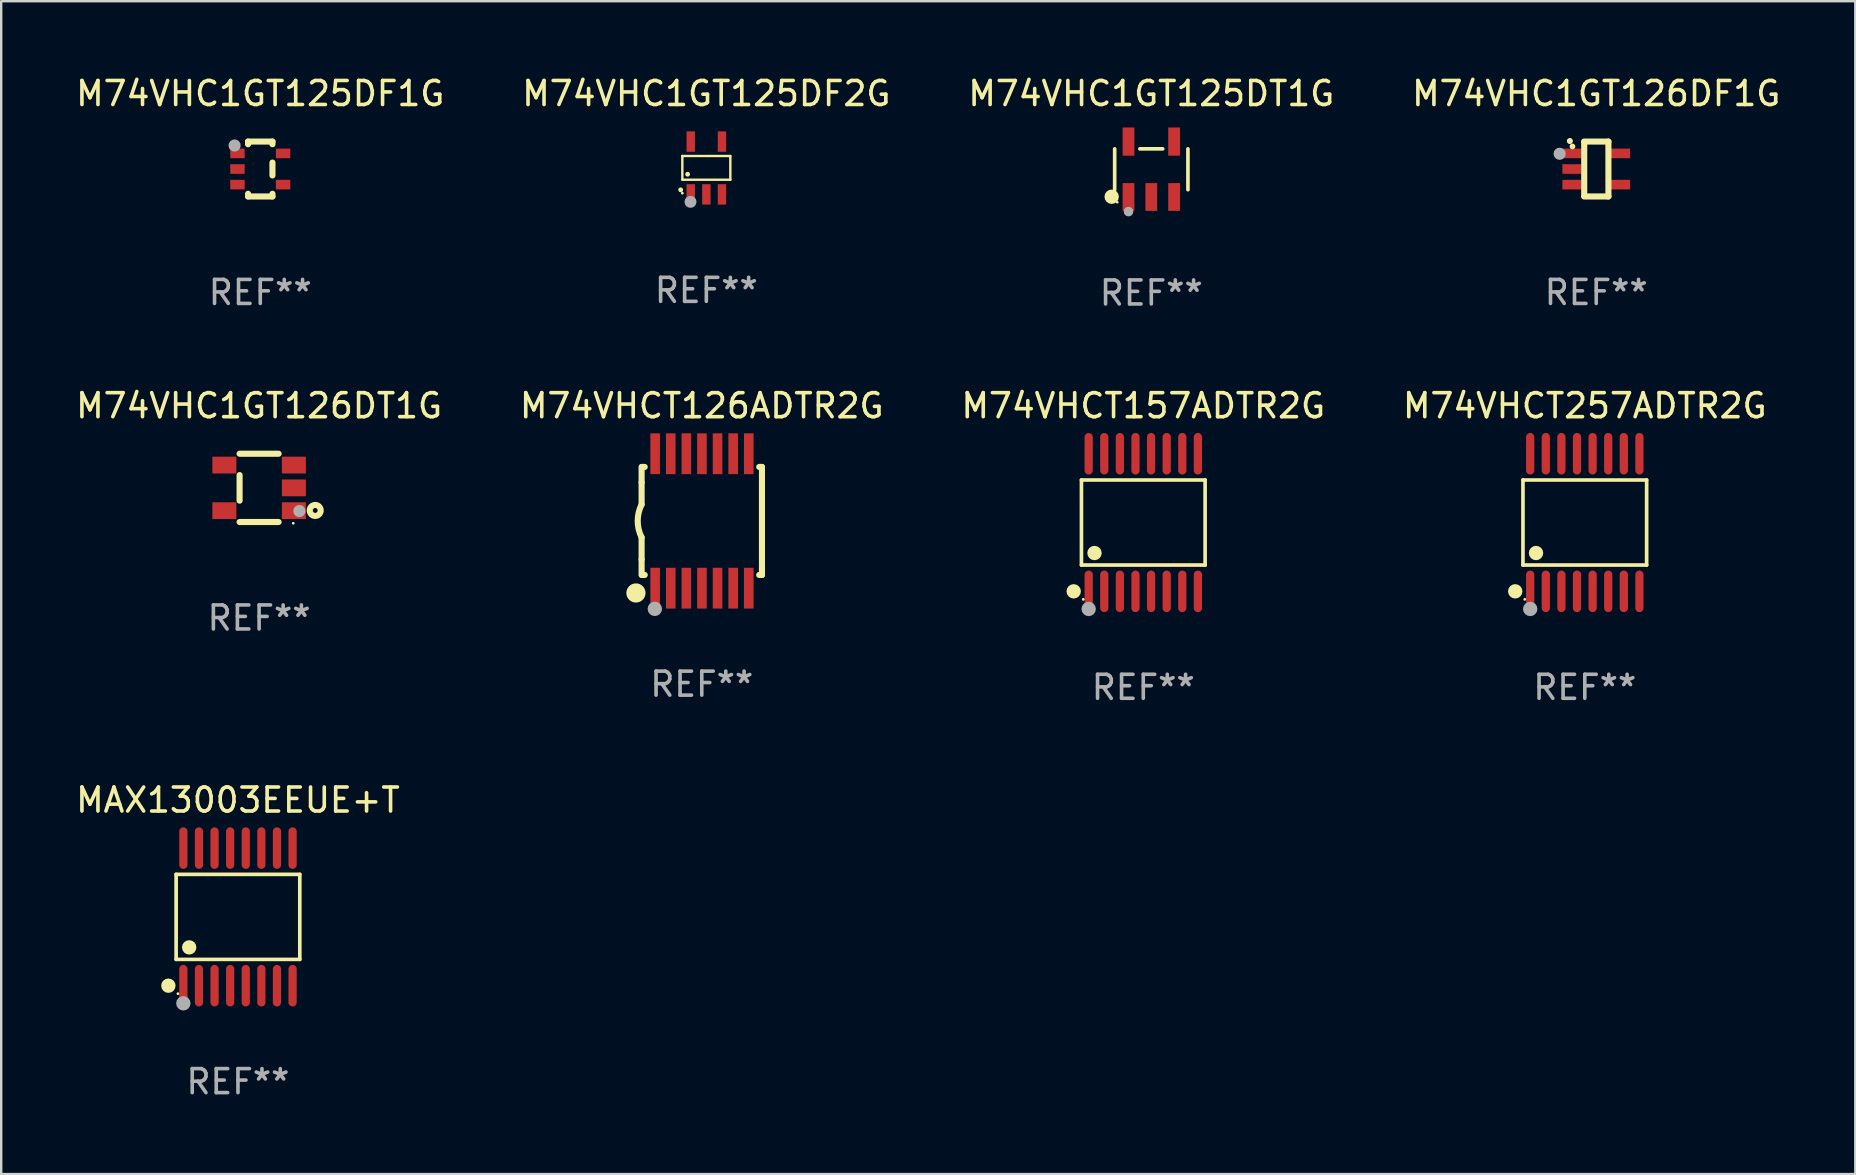
<source format=kicad_pcb>
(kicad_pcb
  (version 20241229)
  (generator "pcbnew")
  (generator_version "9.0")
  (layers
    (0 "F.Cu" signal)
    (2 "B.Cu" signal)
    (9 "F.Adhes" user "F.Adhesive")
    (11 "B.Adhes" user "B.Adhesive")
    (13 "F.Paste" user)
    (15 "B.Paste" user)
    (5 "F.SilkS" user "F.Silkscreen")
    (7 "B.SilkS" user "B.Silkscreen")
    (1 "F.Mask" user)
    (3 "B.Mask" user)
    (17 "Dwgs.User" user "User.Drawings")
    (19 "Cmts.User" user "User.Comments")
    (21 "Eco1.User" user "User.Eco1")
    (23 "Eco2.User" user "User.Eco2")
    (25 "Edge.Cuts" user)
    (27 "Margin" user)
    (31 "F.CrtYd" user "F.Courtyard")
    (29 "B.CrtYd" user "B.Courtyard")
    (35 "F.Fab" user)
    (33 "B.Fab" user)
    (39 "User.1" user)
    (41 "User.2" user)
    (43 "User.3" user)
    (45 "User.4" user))
  (footprint "M74VHC1GT125DT1G"
    (layer "F.Cu")
    (at 44.911 4.002)
    (property "Reference" "M74VHC1GT125DT1G" (at 0 -3.154 0) (layer "F.SilkS") (effects (font (size 1 1) (thickness 0.15))))
    (attr through_hole)
    (fp_line (start -1.526 0.851) (end -1.526 -0.851) (stroke (width 0.152) (type solid)) (layer "F.SilkS"))
    (fp_line (start 0.476 -0.851) (end -0.476 -0.851) (stroke (width 0.152) (type solid)) (layer "F.SilkS"))
    (fp_line (start 1.526 0.851) (end 1.526 -0.851) (stroke (width 0.152) (type solid)) (layer "F.SilkS"))
    (fp_circle (center -1.651 1.143) (end -1.501 1.143) (stroke (width 0.3) (type solid)) (fill no) (layer "F.SilkS"))
    (fp_circle (center -1.42 1.37) (end -1.39 1.37) (stroke (width 0.06) (type solid)) (fill no) (layer "F.SilkS"))
    (fp_circle (center -0.95 1.763) (end -0.85 1.763) (stroke (width 0.2) (type solid)) (fill no) (layer "F.Fab"))
    (fp_text user "REF**" (at 0 5.154 0) (layer "F.Fab") (effects (font (size 1 1) (thickness 0.15))))
    (pad "1" smd rect (at -0.95 1.154) (size 0.49 1.157) (layers "F.Cu" "F.Mask" "F.Paste"))
    (pad "2" smd rect (at 0 1.154) (size 0.49 1.157) (layers "F.Cu" "F.Mask" "F.Paste"))
    (pad "3" smd rect (at 0.95 1.154) (size 0.49 1.157) (layers "F.Cu" "F.Mask" "F.Paste"))
    (pad "4" smd rect (at 0.95 -1.154) (size 0.49 1.175) (layers "F.Cu" "F.Mask" "F.Paste"))
    (pad "5" smd rect (at -0.95 -1.154) (size 0.49 1.175) (layers "F.Cu" "F.Mask" "F.Paste")))
  (footprint "M74VHC1GT126DT1G"
    (layer "F.Cu")
    (at 7.744 17.274)
    (property "Reference" "M74VHC1GT126DT1G" (at 0 -3.422 0) (layer "F.SilkS") (effects (font (size 1 1) (thickness 0.15))))
    (attr through_hole)
    (fp_line (start -0.813 -1.422) (end 0.812 -1.422) (stroke (width 0.254) (type solid)) (layer "F.SilkS"))
    (fp_line (start -0.813 0.533) (end -0.813 -0.533) (stroke (width 0.254) (type solid)) (layer "F.SilkS"))
    (fp_line (start 0.812 1.422) (end -0.813 1.422) (stroke (width 0.254) (type solid)) (layer "F.SilkS"))
    (fp_circle (center 1.423 1.473) (end 1.453 1.473) (stroke (width 0.06) (type solid)) (fill no) (layer "F.SilkS"))
    (fp_circle (center 2.337 0.94) (end 2.439 0.94) (stroke (width 0.254) (type solid)) (fill no) (layer "F.SilkS"))
    (fp_circle (center 1.677 0.965) (end 1.804 0.965) (stroke (width 0.254) (type solid)) (fill no) (layer "F.Fab"))
    (fp_text user "REF**" (at 0 5.422 0) (layer "F.Fab") (effects (font (size 1 1) (thickness 0.15))))
    (pad "1" smd rect (at 1.448 0.95 90) (size 0.7 1) (layers "F.Cu" "F.Mask" "F.Paste"))
    (pad "2" smd rect (at 1.448 0.000127 90) (size 0.7 1) (layers "F.Cu" "F.Mask" "F.Paste"))
    (pad "3" smd rect (at 1.448 -0.95 90) (size 0.7 1) (layers "F.Cu" "F.Mask" "F.Paste"))
    (pad "4" smd rect (at -1.448 -0.95 90) (size 0.7 1) (layers "F.Cu" "F.Mask" "F.Paste"))
    (pad "5" smd rect (at -1.448 0.95 90) (size 0.7 1) (layers "F.Cu" "F.Mask" "F.Paste")))
  (footprint "M74VHCT126ADTR2G"
    (layer "F.Cu")
    (at 26.185 18.652)
    (property "Reference" "M74VHCT126ADTR2G" (at 0 -4.8 0) (layer "F.SilkS") (effects (font (size 1 1) (thickness 0.15))))
    (attr through_hole)
    (fp_line (start -2.507 -1.6) (end -2.507 -2.25) (stroke (width 0.254) (type solid)) (layer "F.SilkS"))
    (fp_line (start -2.507 -0.686) (end -2.507 -1.6) (stroke (width 0.254) (type solid)) (layer "F.SilkS"))
    (fp_line (start -2.507 1.6) (end -2.507 0.686) (stroke (width 0.254) (type solid)) (layer "F.SilkS"))
    (fp_line (start -2.507 1.6) (end -2.507 2.25) (stroke (width 0.254) (type solid)) (layer "F.SilkS"))
    (fp_line (start -2.493 -2.25) (end -2.377 -2.25) (stroke (width 0.254) (type solid)) (layer "F.SilkS"))
    (fp_line (start -2.377 2.25) (end -2.493 2.25) (stroke (width 0.254) (type solid)) (layer "F.SilkS"))
    (fp_line (start 2.392 -2.25) (end 2.507 -2.25) (stroke (width 0.254) (type solid)) (layer "F.SilkS"))
    (fp_line (start 2.507 -2.25) (end 2.507 2.25) (stroke (width 0.254) (type solid)) (layer "F.SilkS"))
    (fp_line (start 2.507 2.25) (end 2.392 2.25) (stroke (width 0.254) (type solid)) (layer "F.SilkS"))
    (fp_arc (start -2.507303 0.685802) (mid -2.669199 0) (end -2.507303 -0.685801) (stroke (width 0.254001) (type solid)) (layer "F.SilkS"))
    (fp_circle (center -2.743 3) (end -2.543 3) (stroke (width 0.4) (type solid)) (fill no) (layer "F.SilkS"))
    (fp_circle (center -2.493 3.2) (end -2.463 3.2) (stroke (width 0.06) (type solid)) (fill no) (layer "F.SilkS"))
    (fp_circle (center -1.957 3.662) (end -1.807 3.662) (stroke (width 0.3) (type solid)) (fill no) (layer "F.Fab"))
    (fp_text user "REF**" (at 0 6.8 0) (layer "F.Fab") (effects (font (size 1 1) (thickness 0.15))))
    (pad "1" smd rect (at -1.943 2.8) (size 0.4 1.7) (layers "F.Cu" "F.Mask" "F.Paste"))
    (pad "2" smd rect (at -1.293 2.8) (size 0.4 1.7) (layers "F.Cu" "F.Mask" "F.Paste"))
    (pad "3" smd rect (at -0.643 2.8) (size 0.4 1.7) (layers "F.Cu" "F.Mask" "F.Paste"))
    (pad "4" smd rect (at 0.007 2.8) (size 0.4 1.7) (layers "F.Cu" "F.Mask" "F.Paste"))
    (pad "5" smd rect (at 0.657 2.8) (size 0.4 1.7) (layers "F.Cu" "F.Mask" "F.Paste"))
    (pad "6" smd rect (at 1.307 2.8) (size 0.4 1.7) (layers "F.Cu" "F.Mask" "F.Paste"))
    (pad "7" smd rect (at 1.957 2.8) (size 0.4 1.7) (layers "F.Cu" "F.Mask" "F.Paste"))
    (pad "8" smd rect (at 1.957 -2.8) (size 0.4 1.7) (layers "F.Cu" "F.Mask" "F.Paste"))
    (pad "9" smd rect (at 1.307 -2.8) (size 0.4 1.7) (layers "F.Cu" "F.Mask" "F.Paste"))
    (pad "10" smd rect (at 0.657 -2.8) (size 0.4 1.7) (layers "F.Cu" "F.Mask" "F.Paste"))
    (pad "11" smd rect (at 0.007 -2.8) (size 0.4 1.7) (layers "F.Cu" "F.Mask" "F.Paste"))
    (pad "12" smd rect (at -0.643 -2.8) (size 0.4 1.7) (layers "F.Cu" "F.Mask" "F.Paste"))
    (pad "13" smd rect (at -1.293 -2.8) (size 0.4 1.7) (layers "F.Cu" "F.Mask" "F.Paste"))
    (pad "14" smd rect (at -1.943 -2.8) (size 0.4 1.7) (layers "F.Cu" "F.Mask" "F.Paste")))
  (footprint "MAX13003EEUE+T"
    (layer "F.Cu")
    (at 6.863 35.146)
    (property "Reference" "MAX13003EEUE+T" (at 0 -4.866 0) (layer "F.SilkS") (effects (font (size 1 1) (thickness 0.15))))
    (attr through_hole)
    (fp_line (start -2.576 -1.772) (end 2.576 -1.772) (stroke (width 0.152) (type solid)) (layer "F.SilkS"))
    (fp_line (start -2.576 1.771) (end -2.576 -1.772) (stroke (width 0.152) (type solid)) (layer "F.SilkS"))
    (fp_line (start 2.576 -1.772) (end 2.576 1.771) (stroke (width 0.152) (type solid)) (layer "F.SilkS"))
    (fp_line (start 2.576 1.771) (end -2.576 1.771) (stroke (width 0.152) (type solid)) (layer "F.SilkS"))
    (fp_circle (center -2.899 2.866) (end -2.749 2.866) (stroke (width 0.3) (type solid)) (fill no) (layer "F.SilkS"))
    (fp_circle (center -2.5 3.2) (end -2.47 3.2) (stroke (width 0.06) (type solid)) (fill no) (layer "F.SilkS"))
    (fp_circle (center -2.032 1.27) (end -1.882 1.27) (stroke (width 0.3) (type solid)) (fill no) (layer "F.SilkS"))
    (fp_circle (center -2.275 3.6) (end -2.125 3.6) (stroke (width 0.3) (type solid)) (fill no) (layer "F.Fab"))
    (fp_text user "REF**" (at 0 6.866 0) (layer "F.Fab") (effects (font (size 1 1) (thickness 0.15))))
    (pad "1" smd oval (at -2.275 2.866) (size 0.343 1.731) (layers "F.Cu" "F.Mask" "F.Paste"))
    (pad "2" smd oval (at -1.625 2.866) (size 0.343 1.731) (layers "F.Cu" "F.Mask" "F.Paste"))
    (pad "3" smd oval (at -0.975 2.866) (size 0.343 1.731) (layers "F.Cu" "F.Mask" "F.Paste"))
    (pad "4" smd oval (at -0.325 2.866) (size 0.343 1.731) (layers "F.Cu" "F.Mask" "F.Paste"))
    (pad "5" smd oval (at 0.325 2.866) (size 0.343 1.731) (layers "F.Cu" "F.Mask" "F.Paste"))
    (pad "6" smd oval (at 0.975 2.866) (size 0.343 1.731) (layers "F.Cu" "F.Mask" "F.Paste"))
    (pad "7" smd oval (at 1.625 2.866) (size 0.343 1.731) (layers "F.Cu" "F.Mask" "F.Paste"))
    (pad "8" smd oval (at 2.275 2.866) (size 0.343 1.731) (layers "F.Cu" "F.Mask" "F.Paste"))
    (pad "9" smd oval (at 2.275 -2.866) (size 0.343 1.731) (layers "F.Cu" "F.Mask" "F.Paste"))
    (pad "10" smd oval (at 1.625 -2.866) (size 0.343 1.731) (layers "F.Cu" "F.Mask" "F.Paste"))
    (pad "11" smd oval (at 0.975 -2.866) (size 0.343 1.731) (layers "F.Cu" "F.Mask" "F.Paste"))
    (pad "12" smd oval (at 0.325 -2.866) (size 0.343 1.731) (layers "F.Cu" "F.Mask" "F.Paste"))
    (pad "13" smd oval (at -0.325 -2.866) (size 0.343 1.731) (layers "F.Cu" "F.Mask" "F.Paste"))
    (pad "14" smd oval (at -0.975 -2.866) (size 0.343 1.731) (layers "F.Cu" "F.Mask" "F.Paste"))
    (pad "15" smd oval (at -1.625 -2.866) (size 0.343 1.731) (layers "F.Cu" "F.Mask" "F.Paste"))
    (pad "16" smd oval (at -2.275 -2.866) (size 0.343 1.731) (layers "F.Cu" "F.Mask" "F.Paste")))
  (footprint "M74VHC1GT125DF2G"
    (layer "F.Cu")
    (at 26.375 3.948)
    (property "Reference" "M74VHC1GT125DF2G" (at 0 -3.1 0) (layer "F.SilkS") (effects (font (size 1 1) (thickness 0.15))))
    (attr through_hole)
    (fp_line (start -1 -0.5) (end -1 0.49) (stroke (width 0.1) (type solid)) (layer "F.SilkS"))
    (fp_line (start -1 0.49) (end 1 0.49) (stroke (width 0.1) (type solid)) (layer "F.SilkS"))
    (fp_line (start 0.99 -0.5) (end -1 -0.5) (stroke (width 0.1) (type solid)) (layer "F.SilkS"))
    (fp_line (start 1 -0.49) (end 0.99 -0.5) (stroke (width 0.1) (type solid)) (layer "F.SilkS"))
    (fp_line (start 1 0.49) (end 1 -0.49) (stroke (width 0.1) (type solid)) (layer "F.SilkS"))
    (fp_circle (center -1.07 0.91) (end -1.02 0.91) (stroke (width 0.1) (type solid)) (fill no) (layer "F.SilkS"))
    (fp_circle (center -1 1.05) (end -0.97 1.05) (stroke (width 0.06) (type solid)) (fill no) (layer "F.SilkS"))
    (fp_circle (center -0.78 0.26) (end -0.73 0.26) (stroke (width 0.1) (type solid)) (fill no) (layer "F.SilkS"))
    (fp_circle (center -0.66 1.41) (end -0.535 1.41) (stroke (width 0.25) (type solid)) (fill no) (layer "F.Fab"))
    (fp_text user "REF**" (at 0 5.1 0) (layer "F.Fab") (effects (font (size 1 1) (thickness 0.15))))
    (pad "1" smd rect (at -0.65 1.1) (size 0.35 0.85) (layers "F.Cu" "F.Mask" "F.Paste"))
    (pad "2" smd rect (at 0.000051 1.1) (size 0.35 0.85) (layers "F.Cu" "F.Mask" "F.Paste"))
    (pad "3" smd rect (at 0.65 1.1) (size 0.35 0.85) (layers "F.Cu" "F.Mask" "F.Paste"))
    (pad "4" smd rect (at 0.65 -1.1) (size 0.35 0.85) (layers "F.Cu" "F.Mask" "F.Paste"))
    (pad "5" smd rect (at -0.65 -1.1) (size 0.35 0.85) (layers "F.Cu" "F.Mask" "F.Paste")))
  (footprint "M74VHC1GT125DF1G"
    (layer "F.Cu")
    (at 7.792 3.991)
    (property "Reference" "M74VHC1GT125DF1G" (at 0 -3.143 0) (layer "F.SilkS") (effects (font (size 1 1) (thickness 0.15))))
    (attr through_hole)
    (fp_line (start -0.508 -1.143) (end 0.508 -1.143) (stroke (width 0.254) (type solid)) (layer "F.SilkS"))
    (fp_line (start -0.508 -1.032) (end -0.508 -1.143) (stroke (width 0.254) (type solid)) (layer "F.SilkS"))
    (fp_line (start -0.508 1.143) (end -0.508 1.032) (stroke (width 0.254) (type solid)) (layer "F.SilkS"))
    (fp_line (start 0.508 -1.143) (end 0.508 -1.032) (stroke (width 0.254) (type solid)) (layer "F.SilkS"))
    (fp_line (start 0.508 -0.268) (end 0.508 0.268) (stroke (width 0.254) (type solid)) (layer "F.SilkS"))
    (fp_line (start 0.508 1.032) (end 0.508 1.143) (stroke (width 0.254) (type solid)) (layer "F.SilkS"))
    (fp_line (start 0.508 1.143) (end -0.508 1.143) (stroke (width 0.254) (type solid)) (layer "F.SilkS"))
    (fp_circle (center -1.05 -1) (end -1.02 -1) (stroke (width 0.06) (type solid)) (fill no) (layer "F.SilkS"))
    (fp_circle (center -1.07 -0.98) (end -0.943 -0.98) (stroke (width 0.254) (type solid)) (fill no) (layer "F.Fab"))
    (fp_text user "REF**" (at 0 5.143 0) (layer "F.Fab") (effects (font (size 1 1) (thickness 0.15))))
    (pad "1" smd rect (at -0.95 -0.65 90) (size 0.4 0.6) (layers "F.Cu" "F.Mask" "F.Paste"))
    (pad "2" smd rect (at -0.95 -0.000076 90) (size 0.4 0.6) (layers "F.Cu" "F.Mask" "F.Paste"))
    (pad "3" smd rect (at -0.95 0.65 90) (size 0.4 0.6) (layers "F.Cu" "F.Mask" "F.Paste"))
    (pad "4" smd rect (at 0.95 0.65 90) (size 0.4 0.6) (layers "F.Cu" "F.Mask" "F.Paste"))
    (pad "5" smd rect (at 0.95 -0.65 90) (size 0.4 0.6) (layers "F.Cu" "F.Mask" "F.Paste")))
  (footprint "M74VHC1GT126DF1G"
    (layer "F.Cu")
    (at 63.446 3.991)
    (property "Reference" "M74VHC1GT126DF1G" (at 0 -3.143 0) (layer "F.SilkS") (effects (font (size 1 1) (thickness 0.15))))
    (attr through_hole)
    (fp_line (start -0.508 1.143) (end 0.508 1.143) (stroke (width 0.254) (type solid)) (layer "F.SilkS"))
    (fp_line (start -0.5 -1.1) (end -0.5 1.1) (stroke (width 0.254) (type solid)) (layer "F.SilkS"))
    (fp_line (start 0.508 -1.143) (end -0.508 -1.143) (stroke (width 0.254) (type solid)) (layer "F.SilkS"))
    (fp_line (start 0.508 1.143) (end 0.508 -1.143) (stroke (width 0.254) (type solid)) (layer "F.SilkS"))
    (fp_arc (start -1.098095 -1.165177) (mid -1.098102 -1.166447) (end -1.098095 -1.167717) (stroke (width 0.24892) (type solid)) (layer "F.SilkS"))
    (fp_circle (center -0.99 -0.94) (end -0.93 -0.94) (stroke (width 0.12) (type solid)) (fill no) (layer "F.SilkS"))
    (fp_circle (center -1.524 -0.635) (end -1.397 -0.635) (stroke (width 0.254) (type solid)) (fill no) (layer "F.Fab"))
    (fp_text user "REF**" (at 0 5.143 0) (layer "F.Fab") (effects (font (size 1 1) (thickness 0.15))))
    (pad "1" smd rect (at -1.01 -0.65 90) (size 0.4 0.8) (layers "F.Cu" "F.Mask" "F.Paste"))
    (pad "2" smd rect (at -1.01 0 90) (size 0.4 0.8) (layers "F.Cu" "F.Mask" "F.Paste"))
    (pad "3" smd rect (at -1.01 0.65 90) (size 0.4 0.8) (layers "F.Cu" "F.Mask" "F.Paste"))
    (pad "4" smd rect (at 1.01 0.65 90) (size 0.4 0.8) (layers "F.Cu" "F.Mask" "F.Paste"))
    (pad "5" smd rect (at 1.01 -0.65 90) (size 0.4 0.8) (layers "F.Cu" "F.Mask" "F.Paste")))
  (footprint "M74VHCT157ADTR2G"
    (layer "F.Cu")
    (at 44.577 18.718)
    (property "Reference" "M74VHCT157ADTR2G" (at 0 -4.866 0) (layer "F.SilkS") (effects (font (size 1 1) (thickness 0.15))))
    (attr through_hole)
    (fp_line (start -2.576 -1.772) (end 2.576 -1.772) (stroke (width 0.152) (type solid)) (layer "F.SilkS"))
    (fp_line (start -2.576 1.771) (end -2.576 -1.772) (stroke (width 0.152) (type solid)) (layer "F.SilkS"))
    (fp_line (start 2.576 -1.772) (end 2.576 1.771) (stroke (width 0.152) (type solid)) (layer "F.SilkS"))
    (fp_line (start 2.576 1.771) (end -2.576 1.771) (stroke (width 0.152) (type solid)) (layer "F.SilkS"))
    (fp_circle (center -2.899 2.866) (end -2.749 2.866) (stroke (width 0.3) (type solid)) (fill no) (layer "F.SilkS"))
    (fp_circle (center -2.5 3.2) (end -2.47 3.2) (stroke (width 0.06) (type solid)) (fill no) (layer "F.SilkS"))
    (fp_circle (center -2.032 1.27) (end -1.882 1.27) (stroke (width 0.3) (type solid)) (fill no) (layer "F.SilkS"))
    (fp_circle (center -2.275 3.6) (end -2.125 3.6) (stroke (width 0.3) (type solid)) (fill no) (layer "F.Fab"))
    (fp_text user "REF**" (at 0 6.866 0) (layer "F.Fab") (effects (font (size 1 1) (thickness 0.15))))
    (pad "1" smd oval (at -2.275 2.866) (size 0.343 1.731) (layers "F.Cu" "F.Mask" "F.Paste"))
    (pad "2" smd oval (at -1.625 2.866) (size 0.343 1.731) (layers "F.Cu" "F.Mask" "F.Paste"))
    (pad "3" smd oval (at -0.975 2.866) (size 0.343 1.731) (layers "F.Cu" "F.Mask" "F.Paste"))
    (pad "4" smd oval (at -0.325 2.866) (size 0.343 1.731) (layers "F.Cu" "F.Mask" "F.Paste"))
    (pad "5" smd oval (at 0.325 2.866) (size 0.343 1.731) (layers "F.Cu" "F.Mask" "F.Paste"))
    (pad "6" smd oval (at 0.975 2.866) (size 0.343 1.731) (layers "F.Cu" "F.Mask" "F.Paste"))
    (pad "7" smd oval (at 1.625 2.866) (size 0.343 1.731) (layers "F.Cu" "F.Mask" "F.Paste"))
    (pad "8" smd oval (at 2.275 2.866) (size 0.343 1.731) (layers "F.Cu" "F.Mask" "F.Paste"))
    (pad "9" smd oval (at 2.275 -2.866) (size 0.343 1.731) (layers "F.Cu" "F.Mask" "F.Paste"))
    (pad "10" smd oval (at 1.625 -2.866) (size 0.343 1.731) (layers "F.Cu" "F.Mask" "F.Paste"))
    (pad "11" smd oval (at 0.975 -2.866) (size 0.343 1.731) (layers "F.Cu" "F.Mask" "F.Paste"))
    (pad "12" smd oval (at 0.325 -2.866) (size 0.343 1.731) (layers "F.Cu" "F.Mask" "F.Paste"))
    (pad "13" smd oval (at -0.325 -2.866) (size 0.343 1.731) (layers "F.Cu" "F.Mask" "F.Paste"))
    (pad "14" smd oval (at -0.975 -2.866) (size 0.343 1.731) (layers "F.Cu" "F.Mask" "F.Paste"))
    (pad "15" smd oval (at -1.625 -2.866) (size 0.343 1.731) (layers "F.Cu" "F.Mask" "F.Paste"))
    (pad "16" smd oval (at -2.275 -2.866) (size 0.343 1.731) (layers "F.Cu" "F.Mask" "F.Paste")))
  (footprint "M74VHCT257ADTR2G"
    (layer "F.Cu")
    (at 62.97 18.718)
    (property "Reference" "M74VHCT257ADTR2G" (at 0 -4.866 0) (layer "F.SilkS") (effects (font (size 1 1) (thickness 0.15))))
    (attr through_hole)
    (fp_line (start -2.576 -1.772) (end 2.576 -1.772) (stroke (width 0.152) (type solid)) (layer "F.SilkS"))
    (fp_line (start -2.576 1.771) (end -2.576 -1.772) (stroke (width 0.152) (type solid)) (layer "F.SilkS"))
    (fp_line (start 2.576 -1.772) (end 2.576 1.771) (stroke (width 0.152) (type solid)) (layer "F.SilkS"))
    (fp_line (start 2.576 1.771) (end -2.576 1.771) (stroke (width 0.152) (type solid)) (layer "F.SilkS"))
    (fp_circle (center -2.899 2.866) (end -2.749 2.866) (stroke (width 0.3) (type solid)) (fill no) (layer "F.SilkS"))
    (fp_circle (center -2.5 3.2) (end -2.47 3.2) (stroke (width 0.06) (type solid)) (fill no) (layer "F.SilkS"))
    (fp_circle (center -2.032 1.27) (end -1.882 1.27) (stroke (width 0.3) (type solid)) (fill no) (layer "F.SilkS"))
    (fp_circle (center -2.275 3.6) (end -2.125 3.6) (stroke (width 0.3) (type solid)) (fill no) (layer "F.Fab"))
    (fp_text user "REF**" (at 0 6.866 0) (layer "F.Fab") (effects (font (size 1 1) (thickness 0.15))))
    (pad "1" smd oval (at -2.275 2.866) (size 0.343 1.731) (layers "F.Cu" "F.Mask" "F.Paste"))
    (pad "2" smd oval (at -1.625 2.866) (size 0.343 1.731) (layers "F.Cu" "F.Mask" "F.Paste"))
    (pad "3" smd oval (at -0.975 2.866) (size 0.343 1.731) (layers "F.Cu" "F.Mask" "F.Paste"))
    (pad "4" smd oval (at -0.325 2.866) (size 0.343 1.731) (layers "F.Cu" "F.Mask" "F.Paste"))
    (pad "5" smd oval (at 0.325 2.866) (size 0.343 1.731) (layers "F.Cu" "F.Mask" "F.Paste"))
    (pad "6" smd oval (at 0.975 2.866) (size 0.343 1.731) (layers "F.Cu" "F.Mask" "F.Paste"))
    (pad "7" smd oval (at 1.625 2.866) (size 0.343 1.731) (layers "F.Cu" "F.Mask" "F.Paste"))
    (pad "8" smd oval (at 2.275 2.866) (size 0.343 1.731) (layers "F.Cu" "F.Mask" "F.Paste"))
    (pad "9" smd oval (at 2.275 -2.866) (size 0.343 1.731) (layers "F.Cu" "F.Mask" "F.Paste"))
    (pad "10" smd oval (at 1.625 -2.866) (size 0.343 1.731) (layers "F.Cu" "F.Mask" "F.Paste"))
    (pad "11" smd oval (at 0.975 -2.866) (size 0.343 1.731) (layers "F.Cu" "F.Mask" "F.Paste"))
    (pad "12" smd oval (at 0.325 -2.866) (size 0.343 1.731) (layers "F.Cu" "F.Mask" "F.Paste"))
    (pad "13" smd oval (at -0.325 -2.866) (size 0.343 1.731) (layers "F.Cu" "F.Mask" "F.Paste"))
    (pad "14" smd oval (at -0.975 -2.866) (size 0.343 1.731) (layers "F.Cu" "F.Mask" "F.Paste"))
    (pad "15" smd oval (at -1.625 -2.866) (size 0.343 1.731) (layers "F.Cu" "F.Mask" "F.Paste"))
    (pad "16" smd oval (at -2.275 -2.866) (size 0.343 1.731) (layers "F.Cu" "F.Mask" "F.Paste")))
  (gr_rect
    (start -3 -3)
    (end 74.238 45.86)
    (stroke (width 0.1) (type default))
    (fill no)
    (layer "Edge.Cuts")))
</source>
